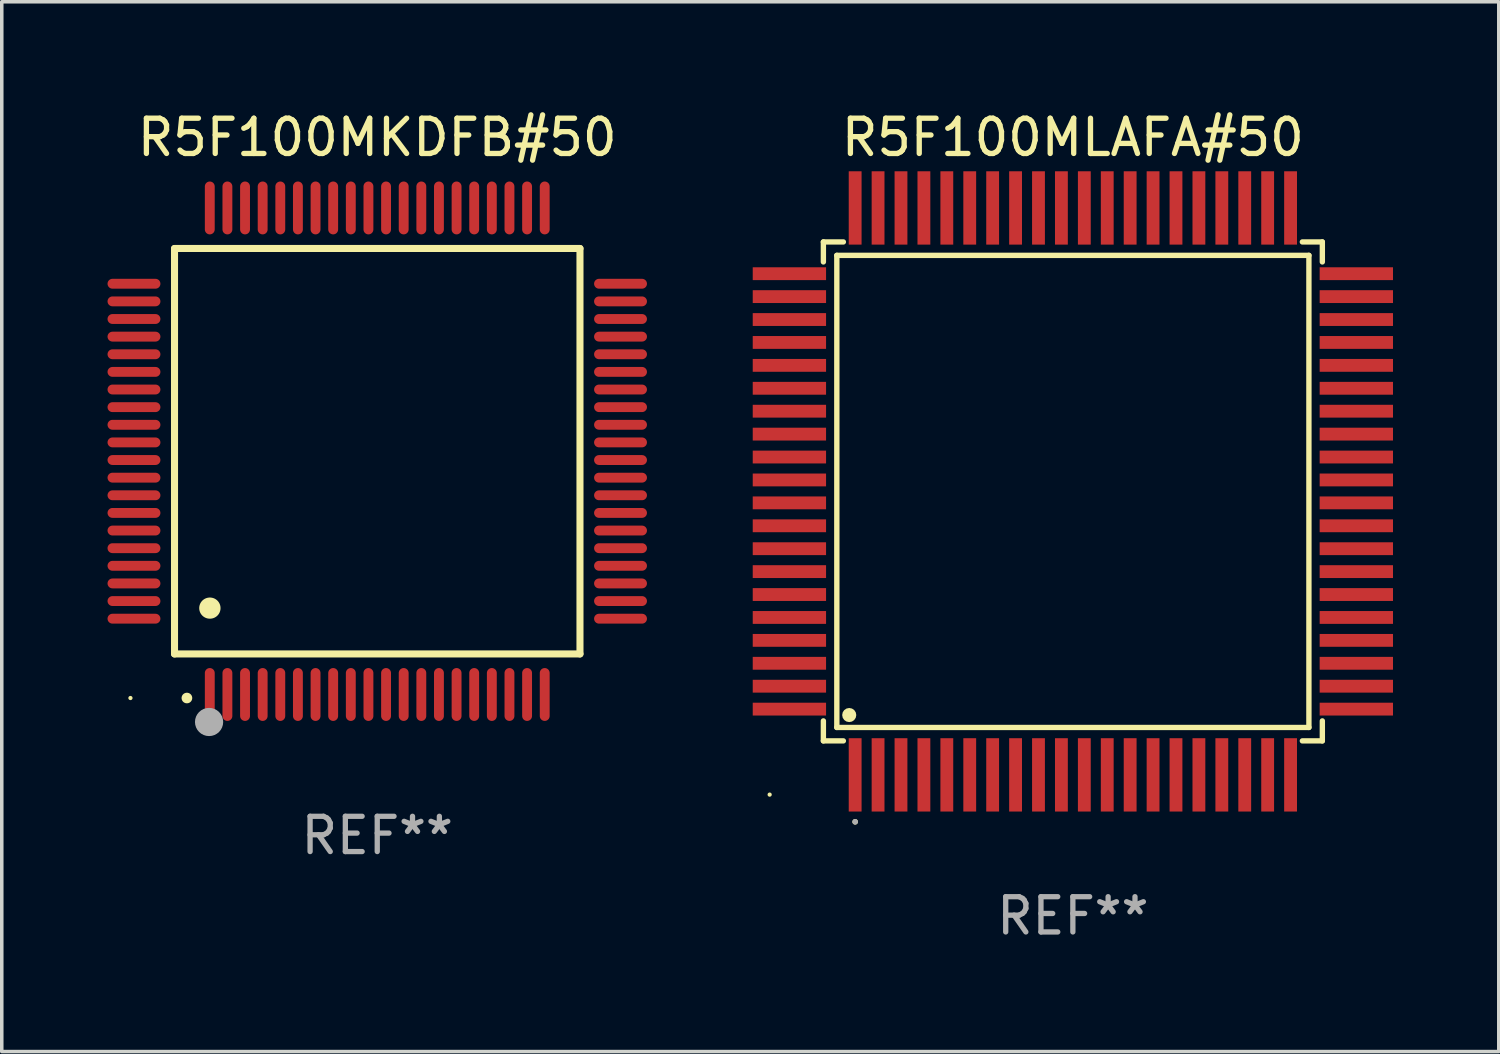
<source format=kicad_pcb>
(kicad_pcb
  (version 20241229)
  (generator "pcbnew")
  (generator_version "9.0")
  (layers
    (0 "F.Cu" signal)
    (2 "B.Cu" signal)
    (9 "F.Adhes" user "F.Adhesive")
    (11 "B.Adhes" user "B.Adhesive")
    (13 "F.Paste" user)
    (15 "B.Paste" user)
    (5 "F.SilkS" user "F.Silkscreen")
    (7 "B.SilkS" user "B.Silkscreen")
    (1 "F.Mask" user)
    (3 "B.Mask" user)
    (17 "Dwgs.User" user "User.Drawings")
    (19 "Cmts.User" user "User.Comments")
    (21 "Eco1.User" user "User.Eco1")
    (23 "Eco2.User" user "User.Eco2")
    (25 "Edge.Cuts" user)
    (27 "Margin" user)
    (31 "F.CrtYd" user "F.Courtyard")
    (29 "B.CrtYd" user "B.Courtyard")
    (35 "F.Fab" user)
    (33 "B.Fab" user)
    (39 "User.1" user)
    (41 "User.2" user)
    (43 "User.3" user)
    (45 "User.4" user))
  (footprint "R5F100MLAFA#50"
    (layer "F.Cu")
    (at 27.38 10.888)
    (property "Reference" "R5F100MLAFA#50" (at 0 -10.04 0) (layer "F.SilkS") (effects (font (size 1 1) (thickness 0.15))))
    (attr through_hole)
    (fp_line (start -7.076 -7.076) (end -7.076 -6.509) (stroke (width 0.152) (type solid)) (layer "F.SilkS"))
    (fp_line (start -7.076 7.076) (end -7.076 6.509) (stroke (width 0.152) (type solid)) (layer "F.SilkS"))
    (fp_line (start -6.695 -6.695) (end 6.695 -6.695) (stroke (width 0.152) (type solid)) (layer "F.SilkS"))
    (fp_line (start -6.695 6.695) (end -6.695 -6.695) (stroke (width 0.152) (type solid)) (layer "F.SilkS"))
    (fp_line (start -6.509 -7.076) (end -7.076 -7.076) (stroke (width 0.152) (type solid)) (layer "F.SilkS"))
    (fp_line (start -6.509 7.076) (end -7.076 7.076) (stroke (width 0.152) (type solid)) (layer "F.SilkS"))
    (fp_line (start 6.509 -7.076) (end 7.076 -7.076) (stroke (width 0.152) (type solid)) (layer "F.SilkS"))
    (fp_line (start 6.509 7.076) (end 7.076 7.076) (stroke (width 0.152) (type solid)) (layer "F.SilkS"))
    (fp_line (start 6.695 -6.695) (end 6.695 6.695) (stroke (width 0.152) (type solid)) (layer "F.SilkS"))
    (fp_line (start 6.695 6.695) (end -6.695 6.695) (stroke (width 0.152) (type solid)) (layer "F.SilkS"))
    (fp_line (start 7.076 -7.076) (end 7.076 -6.509) (stroke (width 0.152) (type solid)) (layer "F.SilkS"))
    (fp_line (start 7.076 7.076) (end 7.076 6.509) (stroke (width 0.152) (type solid)) (layer "F.SilkS"))
    (fp_circle (center -8.6 8.6) (end -8.57 8.6) (stroke (width 0.06) (type solid)) (fill no) (layer "F.SilkS"))
    (fp_circle (center -6.343 6.343) (end -6.243 6.343) (stroke (width 0.2) (type solid)) (fill no) (layer "F.SilkS"))
    (fp_circle (center -6.175 9.371) (end -6.135 9.371) (stroke (width 0.08) (type solid)) (fill no) (layer "F.SilkS"))
    (fp_circle (center -6.175 9.371) (end -6.135 9.371) (stroke (width 0.08) (type solid)) (fill no) (layer "F.Fab"))
    (fp_text user "REF**" (at 0 12.04 0) (layer "F.Fab") (effects (font (size 1 1) (thickness 0.15))))
    (pad "1" smd rect (at -6.175 8.04) (size 0.364 2.08) (layers "F.Cu" "F.Mask" "F.Paste"))
    (pad "2" smd rect (at -5.525 8.04) (size 0.364 2.08) (layers "F.Cu" "F.Mask" "F.Paste"))
    (pad "3" smd rect (at -4.875 8.04) (size 0.364 2.08) (layers "F.Cu" "F.Mask" "F.Paste"))
    (pad "4" smd rect (at -4.225 8.04) (size 0.364 2.08) (layers "F.Cu" "F.Mask" "F.Paste"))
    (pad "5" smd rect (at -3.575 8.04) (size 0.364 2.08) (layers "F.Cu" "F.Mask" "F.Paste"))
    (pad "6" smd rect (at -2.925 8.04) (size 0.364 2.08) (layers "F.Cu" "F.Mask" "F.Paste"))
    (pad "7" smd rect (at -2.275 8.04) (size 0.364 2.08) (layers "F.Cu" "F.Mask" "F.Paste"))
    (pad "8" smd rect (at -1.625 8.04) (size 0.364 2.08) (layers "F.Cu" "F.Mask" "F.Paste"))
    (pad "9" smd rect (at -0.975 8.04) (size 0.364 2.08) (layers "F.Cu" "F.Mask" "F.Paste"))
    (pad "10" smd rect (at -0.325 8.04) (size 0.364 2.08) (layers "F.Cu" "F.Mask" "F.Paste"))
    (pad "11" smd rect (at 0.325 8.04) (size 0.364 2.08) (layers "F.Cu" "F.Mask" "F.Paste"))
    (pad "12" smd rect (at 0.975 8.04) (size 0.364 2.08) (layers "F.Cu" "F.Mask" "F.Paste"))
    (pad "13" smd rect (at 1.625 8.04) (size 0.364 2.08) (layers "F.Cu" "F.Mask" "F.Paste"))
    (pad "14" smd rect (at 2.275 8.04) (size 0.364 2.08) (layers "F.Cu" "F.Mask" "F.Paste"))
    (pad "15" smd rect (at 2.925 8.04) (size 0.364 2.08) (layers "F.Cu" "F.Mask" "F.Paste"))
    (pad "16" smd rect (at 3.575 8.04) (size 0.364 2.08) (layers "F.Cu" "F.Mask" "F.Paste"))
    (pad "17" smd rect (at 4.225 8.04) (size 0.364 2.08) (layers "F.Cu" "F.Mask" "F.Paste"))
    (pad "18" smd rect (at 4.875 8.04) (size 0.364 2.08) (layers "F.Cu" "F.Mask" "F.Paste"))
    (pad "19" smd rect (at 5.525 8.04) (size 0.364 2.08) (layers "F.Cu" "F.Mask" "F.Paste"))
    (pad "20" smd rect (at 6.175 8.04) (size 0.364 2.08) (layers "F.Cu" "F.Mask" "F.Paste"))
    (pad "21" smd rect (at 8.04 6.175) (size 2.08 0.364) (layers "F.Cu" "F.Mask" "F.Paste"))
    (pad "22" smd rect (at 8.04 5.525) (size 2.08 0.364) (layers "F.Cu" "F.Mask" "F.Paste"))
    (pad "23" smd rect (at 8.04 4.875) (size 2.08 0.364) (layers "F.Cu" "F.Mask" "F.Paste"))
    (pad "24" smd rect (at 8.04 4.225) (size 2.08 0.364) (layers "F.Cu" "F.Mask" "F.Paste"))
    (pad "25" smd rect (at 8.04 3.575) (size 2.08 0.364) (layers "F.Cu" "F.Mask" "F.Paste"))
    (pad "26" smd rect (at 8.04 2.925) (size 2.08 0.364) (layers "F.Cu" "F.Mask" "F.Paste"))
    (pad "27" smd rect (at 8.04 2.275) (size 2.08 0.364) (layers "F.Cu" "F.Mask" "F.Paste"))
    (pad "28" smd rect (at 8.04 1.625) (size 2.08 0.364) (layers "F.Cu" "F.Mask" "F.Paste"))
    (pad "29" smd rect (at 8.04 0.975) (size 2.08 0.364) (layers "F.Cu" "F.Mask" "F.Paste"))
    (pad "30" smd rect (at 8.04 0.325) (size 2.08 0.364) (layers "F.Cu" "F.Mask" "F.Paste"))
    (pad "31" smd rect (at 8.04 -0.325) (size 2.08 0.364) (layers "F.Cu" "F.Mask" "F.Paste"))
    (pad "32" smd rect (at 8.04 -0.975) (size 2.08 0.364) (layers "F.Cu" "F.Mask" "F.Paste"))
    (pad "33" smd rect (at 8.04 -1.625) (size 2.08 0.364) (layers "F.Cu" "F.Mask" "F.Paste"))
    (pad "34" smd rect (at 8.04 -2.275) (size 2.08 0.364) (layers "F.Cu" "F.Mask" "F.Paste"))
    (pad "35" smd rect (at 8.04 -2.925) (size 2.08 0.364) (layers "F.Cu" "F.Mask" "F.Paste"))
    (pad "36" smd rect (at 8.04 -3.575) (size 2.08 0.364) (layers "F.Cu" "F.Mask" "F.Paste"))
    (pad "37" smd rect (at 8.04 -4.225) (size 2.08 0.364) (layers "F.Cu" "F.Mask" "F.Paste"))
    (pad "38" smd rect (at 8.04 -4.875) (size 2.08 0.364) (layers "F.Cu" "F.Mask" "F.Paste"))
    (pad "39" smd rect (at 8.04 -5.525) (size 2.08 0.364) (layers "F.Cu" "F.Mask" "F.Paste"))
    (pad "40" smd rect (at 8.04 -6.175) (size 2.08 0.364) (layers "F.Cu" "F.Mask" "F.Paste"))
    (pad "41" smd rect (at 6.175 -8.04) (size 0.364 2.08) (layers "F.Cu" "F.Mask" "F.Paste"))
    (pad "42" smd rect (at 5.525 -8.04) (size 0.364 2.08) (layers "F.Cu" "F.Mask" "F.Paste"))
    (pad "43" smd rect (at 4.875 -8.04) (size 0.364 2.08) (layers "F.Cu" "F.Mask" "F.Paste"))
    (pad "44" smd rect (at 4.225 -8.04) (size 0.364 2.08) (layers "F.Cu" "F.Mask" "F.Paste"))
    (pad "45" smd rect (at 3.575 -8.04) (size 0.364 2.08) (layers "F.Cu" "F.Mask" "F.Paste"))
    (pad "46" smd rect (at 2.925 -8.04) (size 0.364 2.08) (layers "F.Cu" "F.Mask" "F.Paste"))
    (pad "47" smd rect (at 2.275 -8.04) (size 0.364 2.08) (layers "F.Cu" "F.Mask" "F.Paste"))
    (pad "48" smd rect (at 1.625 -8.04) (size 0.364 2.08) (layers "F.Cu" "F.Mask" "F.Paste"))
    (pad "49" smd rect (at 0.975 -8.04) (size 0.364 2.08) (layers "F.Cu" "F.Mask" "F.Paste"))
    (pad "50" smd rect (at 0.325 -8.04) (size 0.364 2.08) (layers "F.Cu" "F.Mask" "F.Paste"))
    (pad "51" smd rect (at -0.325 -8.04) (size 0.364 2.08) (layers "F.Cu" "F.Mask" "F.Paste"))
    (pad "52" smd rect (at -0.975 -8.04) (size 0.364 2.08) (layers "F.Cu" "F.Mask" "F.Paste"))
    (pad "53" smd rect (at -1.625 -8.04) (size 0.364 2.08) (layers "F.Cu" "F.Mask" "F.Paste"))
    (pad "54" smd rect (at -2.275 -8.04) (size 0.364 2.08) (layers "F.Cu" "F.Mask" "F.Paste"))
    (pad "55" smd rect (at -2.925 -8.04) (size 0.364 2.08) (layers "F.Cu" "F.Mask" "F.Paste"))
    (pad "56" smd rect (at -3.575 -8.04) (size 0.364 2.08) (layers "F.Cu" "F.Mask" "F.Paste"))
    (pad "57" smd rect (at -4.225 -8.04) (size 0.364 2.08) (layers "F.Cu" "F.Mask" "F.Paste"))
    (pad "58" smd rect (at -4.875 -8.04) (size 0.364 2.08) (layers "F.Cu" "F.Mask" "F.Paste"))
    (pad "59" smd rect (at -5.525 -8.04) (size 0.364 2.08) (layers "F.Cu" "F.Mask" "F.Paste"))
    (pad "60" smd rect (at -6.175 -8.04) (size 0.364 2.08) (layers "F.Cu" "F.Mask" "F.Paste"))
    (pad "61" smd rect (at -8.04 -6.175) (size 2.08 0.364) (layers "F.Cu" "F.Mask" "F.Paste"))
    (pad "62" smd rect (at -8.04 -5.525) (size 2.08 0.364) (layers "F.Cu" "F.Mask" "F.Paste"))
    (pad "63" smd rect (at -8.04 -4.875) (size 2.08 0.364) (layers "F.Cu" "F.Mask" "F.Paste"))
    (pad "64" smd rect (at -8.04 -4.225) (size 2.08 0.364) (layers "F.Cu" "F.Mask" "F.Paste"))
    (pad "65" smd rect (at -8.04 -3.575) (size 2.08 0.364) (layers "F.Cu" "F.Mask" "F.Paste"))
    (pad "66" smd rect (at -8.04 -2.925) (size 2.08 0.364) (layers "F.Cu" "F.Mask" "F.Paste"))
    (pad "67" smd rect (at -8.04 -2.275) (size 2.08 0.364) (layers "F.Cu" "F.Mask" "F.Paste"))
    (pad "68" smd rect (at -8.04 -1.625) (size 2.08 0.364) (layers "F.Cu" "F.Mask" "F.Paste"))
    (pad "69" smd rect (at -8.04 -0.975) (size 2.08 0.364) (layers "F.Cu" "F.Mask" "F.Paste"))
    (pad "70" smd rect (at -8.04 -0.325) (size 2.08 0.364) (layers "F.Cu" "F.Mask" "F.Paste"))
    (pad "71" smd rect (at -8.04 0.325) (size 2.08 0.364) (layers "F.Cu" "F.Mask" "F.Paste"))
    (pad "72" smd rect (at -8.04 0.975) (size 2.08 0.364) (layers "F.Cu" "F.Mask" "F.Paste"))
    (pad "73" smd rect (at -8.04 1.625) (size 2.08 0.364) (layers "F.Cu" "F.Mask" "F.Paste"))
    (pad "74" smd rect (at -8.04 2.275) (size 2.08 0.364) (layers "F.Cu" "F.Mask" "F.Paste"))
    (pad "75" smd rect (at -8.04 2.925) (size 2.08 0.364) (layers "F.Cu" "F.Mask" "F.Paste"))
    (pad "76" smd rect (at -8.04 3.575) (size 2.08 0.364) (layers "F.Cu" "F.Mask" "F.Paste"))
    (pad "77" smd rect (at -8.04 4.225) (size 2.08 0.364) (layers "F.Cu" "F.Mask" "F.Paste"))
    (pad "78" smd rect (at -8.04 4.875) (size 2.08 0.364) (layers "F.Cu" "F.Mask" "F.Paste"))
    (pad "79" smd rect (at -8.04 5.525) (size 2.08 0.364) (layers "F.Cu" "F.Mask" "F.Paste"))
    (pad "80" smd rect (at -8.04 6.175) (size 2.08 0.364) (layers "F.Cu" "F.Mask" "F.Paste")))
  (footprint "R5F100MKDFB#50"
    (layer "F.Cu")
    (at 7.65 9.748)
    (property "Reference" "R5F100MKDFB#50" (at 0 -8.9 0) (layer "F.SilkS") (effects (font (size 1 1) (thickness 0.15))))
    (attr through_hole)
    (fp_line (start -5.75 -5.75) (end 5.75 -5.75) (stroke (width 0.2) (type solid)) (layer "F.SilkS"))
    (fp_line (start -5.75 5.75) (end -5.75 -5.75) (stroke (width 0.2) (type solid)) (layer "F.SilkS"))
    (fp_line (start 5.75 -5.75) (end 5.75 5.75) (stroke (width 0.2) (type solid)) (layer "F.SilkS"))
    (fp_line (start 5.75 5.75) (end -5.75 5.75) (stroke (width 0.2) (type solid)) (layer "F.SilkS"))
    (fp_arc (start -5.400051 7.000254) (mid -5.398781 7.000249) (end -5.397511 7.000254) (stroke (width 0.3) (type solid)) (layer "F.SilkS"))
    (fp_arc (start -4.749809 4.450089) (mid -4.747269 4.450078) (end -4.744729 4.450089) (stroke (width 0.6) (type solid)) (layer "F.SilkS"))
    (fp_circle (center -7 7) (end -6.97 7) (stroke (width 0.06) (type solid)) (fill no) (layer "F.SilkS"))
    (fp_circle (center -4.77 7.68) (end -4.57 7.68) (stroke (width 0.4) (type solid)) (fill no) (layer "F.Fab"))
    (fp_text user "REF**" (at 0 10.9 0) (layer "F.Fab") (effects (font (size 1 1) (thickness 0.15))))
    (pad "1" smd oval (at -4.75 6.9) (size 0.28 1.5) (layers "F.Cu" "F.Mask" "F.Paste"))
    (pad "2" smd oval (at -4.25 6.9) (size 0.28 1.5) (layers "F.Cu" "F.Mask" "F.Paste"))
    (pad "3" smd oval (at -3.75 6.9) (size 0.28 1.5) (layers "F.Cu" "F.Mask" "F.Paste"))
    (pad "4" smd oval (at -3.25 6.9) (size 0.28 1.5) (layers "F.Cu" "F.Mask" "F.Paste"))
    (pad "5" smd oval (at -2.75 6.9) (size 0.28 1.5) (layers "F.Cu" "F.Mask" "F.Paste"))
    (pad "6" smd oval (at -2.25 6.9) (size 0.28 1.5) (layers "F.Cu" "F.Mask" "F.Paste"))
    (pad "7" smd oval (at -1.75 6.9) (size 0.28 1.5) (layers "F.Cu" "F.Mask" "F.Paste"))
    (pad "8" smd oval (at -1.25 6.9) (size 0.28 1.5) (layers "F.Cu" "F.Mask" "F.Paste"))
    (pad "9" smd oval (at -0.75 6.9) (size 0.28 1.5) (layers "F.Cu" "F.Mask" "F.Paste"))
    (pad "10" smd oval (at -0.25 6.9) (size 0.28 1.5) (layers "F.Cu" "F.Mask" "F.Paste"))
    (pad "11" smd oval (at 0.25 6.9) (size 0.28 1.5) (layers "F.Cu" "F.Mask" "F.Paste"))
    (pad "12" smd oval (at 0.75 6.9) (size 0.28 1.5) (layers "F.Cu" "F.Mask" "F.Paste"))
    (pad "13" smd oval (at 1.25 6.9) (size 0.28 1.5) (layers "F.Cu" "F.Mask" "F.Paste"))
    (pad "14" smd oval (at 1.75 6.9) (size 0.28 1.5) (layers "F.Cu" "F.Mask" "F.Paste"))
    (pad "15" smd oval (at 2.25 6.9) (size 0.28 1.5) (layers "F.Cu" "F.Mask" "F.Paste"))
    (pad "16" smd oval (at 2.75 6.9) (size 0.28 1.5) (layers "F.Cu" "F.Mask" "F.Paste"))
    (pad "17" smd oval (at 3.25 6.9) (size 0.28 1.5) (layers "F.Cu" "F.Mask" "F.Paste"))
    (pad "18" smd oval (at 3.75 6.9) (size 0.28 1.5) (layers "F.Cu" "F.Mask" "F.Paste"))
    (pad "19" smd oval (at 4.25 6.9) (size 0.28 1.5) (layers "F.Cu" "F.Mask" "F.Paste"))
    (pad "20" smd oval (at 4.75 6.9) (size 0.28 1.5) (layers "F.Cu" "F.Mask" "F.Paste"))
    (pad "21" smd oval (at 6.9 4.75) (size 1.5 0.28) (layers "F.Cu" "F.Mask" "F.Paste"))
    (pad "22" smd oval (at 6.9 4.25) (size 1.5 0.28) (layers "F.Cu" "F.Mask" "F.Paste"))
    (pad "23" smd oval (at 6.9 3.75) (size 1.5 0.28) (layers "F.Cu" "F.Mask" "F.Paste"))
    (pad "24" smd oval (at 6.9 3.25) (size 1.5 0.28) (layers "F.Cu" "F.Mask" "F.Paste"))
    (pad "25" smd oval (at 6.9 2.75) (size 1.5 0.28) (layers "F.Cu" "F.Mask" "F.Paste"))
    (pad "26" smd oval (at 6.9 2.25) (size 1.5 0.28) (layers "F.Cu" "F.Mask" "F.Paste"))
    (pad "27" smd oval (at 6.9 1.75) (size 1.5 0.28) (layers "F.Cu" "F.Mask" "F.Paste"))
    (pad "28" smd oval (at 6.9 1.25) (size 1.5 0.28) (layers "F.Cu" "F.Mask" "F.Paste"))
    (pad "29" smd oval (at 6.9 0.75) (size 1.5 0.28) (layers "F.Cu" "F.Mask" "F.Paste"))
    (pad "30" smd oval (at 6.9 0.25) (size 1.5 0.28) (layers "F.Cu" "F.Mask" "F.Paste"))
    (pad "31" smd oval (at 6.9 -0.25) (size 1.5 0.28) (layers "F.Cu" "F.Mask" "F.Paste"))
    (pad "32" smd oval (at 6.9 -0.75) (size 1.5 0.28) (layers "F.Cu" "F.Mask" "F.Paste"))
    (pad "33" smd oval (at 6.9 -1.25) (size 1.5 0.28) (layers "F.Cu" "F.Mask" "F.Paste"))
    (pad "34" smd oval (at 6.9 -1.75) (size 1.5 0.28) (layers "F.Cu" "F.Mask" "F.Paste"))
    (pad "35" smd oval (at 6.9 -2.25) (size 1.5 0.28) (layers "F.Cu" "F.Mask" "F.Paste"))
    (pad "36" smd oval (at 6.9 -2.75) (size 1.5 0.28) (layers "F.Cu" "F.Mask" "F.Paste"))
    (pad "37" smd oval (at 6.9 -3.25) (size 1.5 0.28) (layers "F.Cu" "F.Mask" "F.Paste"))
    (pad "38" smd oval (at 6.9 -3.75) (size 1.5 0.28) (layers "F.Cu" "F.Mask" "F.Paste"))
    (pad "39" smd oval (at 6.9 -4.25) (size 1.5 0.28) (layers "F.Cu" "F.Mask" "F.Paste"))
    (pad "40" smd oval (at 6.9 -4.75) (size 1.5 0.28) (layers "F.Cu" "F.Mask" "F.Paste"))
    (pad "41" smd oval (at 4.75 -6.9) (size 0.28 1.5) (layers "F.Cu" "F.Mask" "F.Paste"))
    (pad "42" smd oval (at 4.25 -6.9) (size 0.28 1.5) (layers "F.Cu" "F.Mask" "F.Paste"))
    (pad "43" smd oval (at 3.75 -6.9) (size 0.28 1.5) (layers "F.Cu" "F.Mask" "F.Paste"))
    (pad "44" smd oval (at 3.25 -6.9) (size 0.28 1.5) (layers "F.Cu" "F.Mask" "F.Paste"))
    (pad "45" smd oval (at 2.75 -6.9) (size 0.28 1.5) (layers "F.Cu" "F.Mask" "F.Paste"))
    (pad "46" smd oval (at 2.25 -6.9) (size 0.28 1.5) (layers "F.Cu" "F.Mask" "F.Paste"))
    (pad "47" smd oval (at 1.75 -6.9) (size 0.28 1.5) (layers "F.Cu" "F.Mask" "F.Paste"))
    (pad "48" smd oval (at 1.25 -6.9) (size 0.28 1.5) (layers "F.Cu" "F.Mask" "F.Paste"))
    (pad "49" smd oval (at 0.75 -6.9) (size 0.28 1.5) (layers "F.Cu" "F.Mask" "F.Paste"))
    (pad "50" smd oval (at 0.25 -6.9) (size 0.28 1.5) (layers "F.Cu" "F.Mask" "F.Paste"))
    (pad "51" smd oval (at -0.25 -6.9) (size 0.28 1.5) (layers "F.Cu" "F.Mask" "F.Paste"))
    (pad "52" smd oval (at -0.75 -6.9) (size 0.28 1.5) (layers "F.Cu" "F.Mask" "F.Paste"))
    (pad "53" smd oval (at -1.25 -6.9) (size 0.28 1.5) (layers "F.Cu" "F.Mask" "F.Paste"))
    (pad "54" smd oval (at -1.75 -6.9) (size 0.28 1.5) (layers "F.Cu" "F.Mask" "F.Paste"))
    (pad "55" smd oval (at -2.25 -6.9) (size 0.28 1.5) (layers "F.Cu" "F.Mask" "F.Paste"))
    (pad "56" smd oval (at -2.75 -6.9) (size 0.28 1.5) (layers "F.Cu" "F.Mask" "F.Paste"))
    (pad "57" smd oval (at -3.25 -6.9) (size 0.28 1.5) (layers "F.Cu" "F.Mask" "F.Paste"))
    (pad "58" smd oval (at -3.75 -6.9) (size 0.28 1.5) (layers "F.Cu" "F.Mask" "F.Paste"))
    (pad "59" smd oval (at -4.25 -6.9) (size 0.28 1.5) (layers "F.Cu" "F.Mask" "F.Paste"))
    (pad "60" smd oval (at -4.75 -6.9) (size 0.28 1.5) (layers "F.Cu" "F.Mask" "F.Paste"))
    (pad "61" smd oval (at -6.9 -4.75) (size 1.5 0.28) (layers "F.Cu" "F.Mask" "F.Paste"))
    (pad "62" smd oval (at -6.9 -4.25) (size 1.5 0.28) (layers "F.Cu" "F.Mask" "F.Paste"))
    (pad "63" smd oval (at -6.9 -3.75) (size 1.5 0.28) (layers "F.Cu" "F.Mask" "F.Paste"))
    (pad "64" smd oval (at -6.9 -3.25) (size 1.5 0.28) (layers "F.Cu" "F.Mask" "F.Paste"))
    (pad "65" smd oval (at -6.9 -2.75) (size 1.5 0.28) (layers "F.Cu" "F.Mask" "F.Paste"))
    (pad "66" smd oval (at -6.9 -2.25) (size 1.5 0.28) (layers "F.Cu" "F.Mask" "F.Paste"))
    (pad "67" smd oval (at -6.9 -1.75) (size 1.5 0.28) (layers "F.Cu" "F.Mask" "F.Paste"))
    (pad "68" smd oval (at -6.9 -1.25) (size 1.5 0.28) (layers "F.Cu" "F.Mask" "F.Paste"))
    (pad "69" smd oval (at -6.9 -0.75) (size 1.5 0.28) (layers "F.Cu" "F.Mask" "F.Paste"))
    (pad "70" smd oval (at -6.9 -0.25) (size 1.5 0.28) (layers "F.Cu" "F.Mask" "F.Paste"))
    (pad "71" smd oval (at -6.9 0.25) (size 1.5 0.28) (layers "F.Cu" "F.Mask" "F.Paste"))
    (pad "72" smd oval (at -6.9 0.75) (size 1.5 0.28) (layers "F.Cu" "F.Mask" "F.Paste"))
    (pad "73" smd oval (at -6.9 1.25) (size 1.5 0.28) (layers "F.Cu" "F.Mask" "F.Paste"))
    (pad "74" smd oval (at -6.9 1.75) (size 1.5 0.28) (layers "F.Cu" "F.Mask" "F.Paste"))
    (pad "75" smd oval (at -6.9 2.25) (size 1.5 0.28) (layers "F.Cu" "F.Mask" "F.Paste"))
    (pad "76" smd oval (at -6.9 2.75) (size 1.5 0.28) (layers "F.Cu" "F.Mask" "F.Paste"))
    (pad "77" smd oval (at -6.9 3.25) (size 1.5 0.28) (layers "F.Cu" "F.Mask" "F.Paste"))
    (pad "78" smd oval (at -6.9 3.75) (size 1.5 0.28) (layers "F.Cu" "F.Mask" "F.Paste"))
    (pad "79" smd oval (at -6.9 4.25) (size 1.5 0.28) (layers "F.Cu" "F.Mask" "F.Paste"))
    (pad "80" smd oval (at -6.9 4.75) (size 1.5 0.28) (layers "F.Cu" "F.Mask" "F.Paste")))
  (gr_rect
    (start -3 -3)
    (end 39.46 26.776)
    (stroke (width 0.1) (type default))
    (fill no)
    (layer "Edge.Cuts")))
</source>
